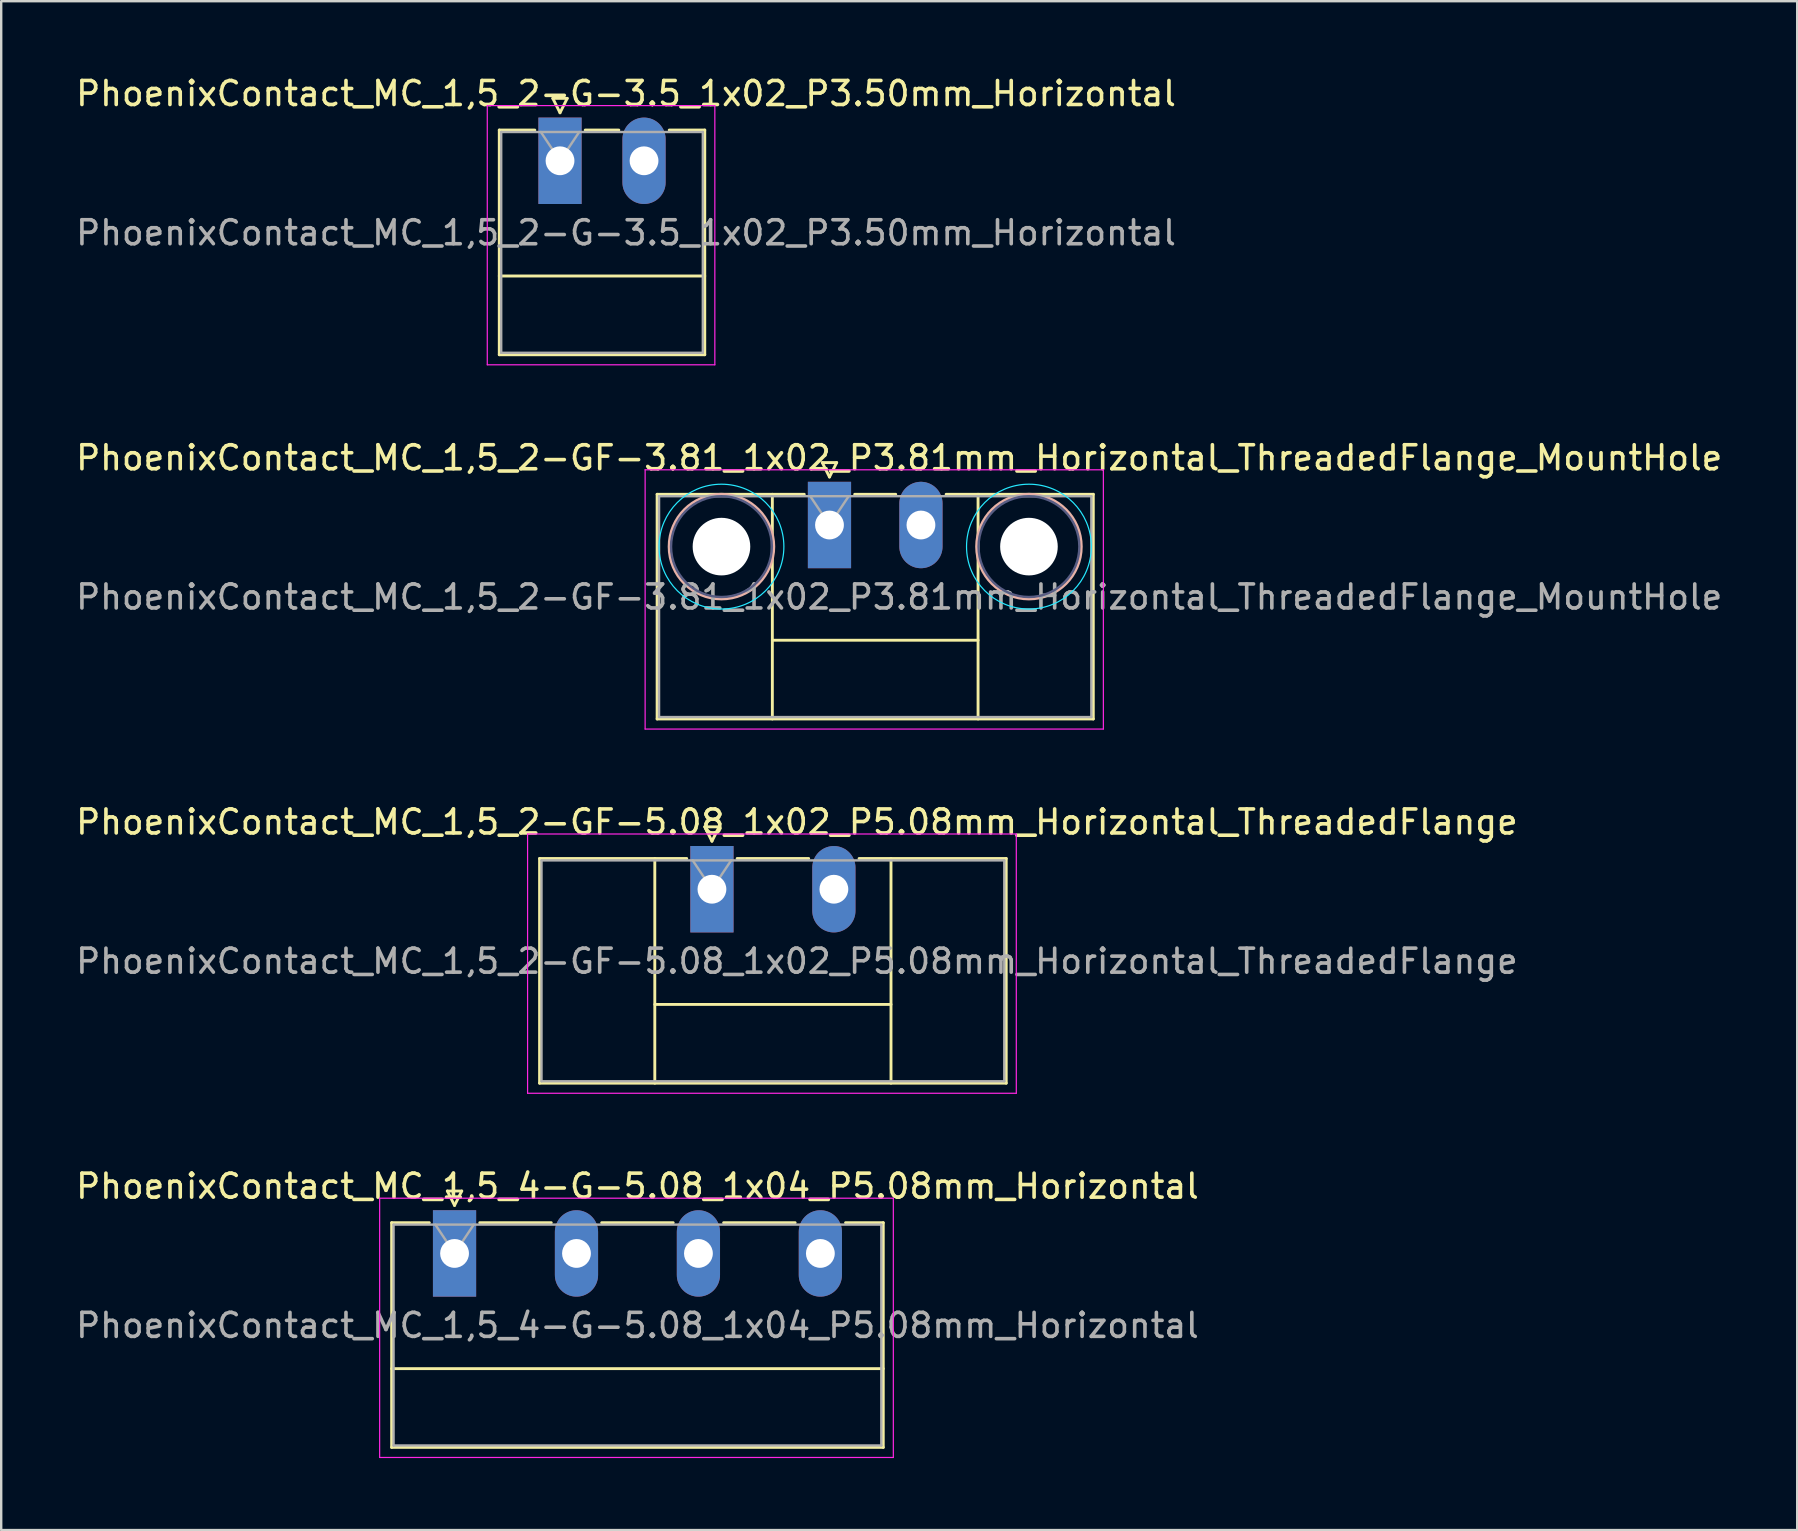
<source format=kicad_pcb>
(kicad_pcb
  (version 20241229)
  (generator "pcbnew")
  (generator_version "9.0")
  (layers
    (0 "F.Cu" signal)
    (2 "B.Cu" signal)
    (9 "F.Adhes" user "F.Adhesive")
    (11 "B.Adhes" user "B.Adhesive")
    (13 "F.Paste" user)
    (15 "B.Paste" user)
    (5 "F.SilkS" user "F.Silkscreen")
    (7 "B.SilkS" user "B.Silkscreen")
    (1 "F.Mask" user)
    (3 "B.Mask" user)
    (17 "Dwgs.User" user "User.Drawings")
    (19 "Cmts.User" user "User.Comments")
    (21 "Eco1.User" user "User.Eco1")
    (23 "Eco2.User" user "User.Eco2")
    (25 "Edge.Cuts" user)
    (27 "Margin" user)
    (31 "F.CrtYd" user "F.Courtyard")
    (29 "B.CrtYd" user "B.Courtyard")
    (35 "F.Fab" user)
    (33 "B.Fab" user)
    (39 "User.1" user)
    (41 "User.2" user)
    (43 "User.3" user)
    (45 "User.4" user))
  (footprint "PhoenixContact_MC_1,5_2-GF-3.81_1x02_P3.81mm_Horizontal_ThreadedFlange_MountHole"
    (layer "F.Cu")
    (at 31.506 18.822)
    (property "Reference" "PhoenixContact_MC_1,5_2-GF-3.81_1x02_P3.81mm_Horizontal_ThreadedFlange_MountHole" (at 2.905 -2.8 0) (layer "F.SilkS") (effects (font (size 1 1) (thickness 0.15))))
    (attr through_hole)
    (fp_line (start -7.18 -1.28) (end -7.18 8.08) (stroke (width 0.12) (type solid)) (layer "F.SilkS"))
    (fp_line (start -7.18 -1.28) (end -1.05 -1.28) (stroke (width 0.12) (type solid)) (layer "F.SilkS"))
    (fp_line (start -7.18 8.08) (end 10.99 8.08) (stroke (width 0.12) (type solid)) (layer "F.SilkS"))
    (fp_line (start -2.38 -1.28) (end -2.38 8.08) (stroke (width 0.12) (type solid)) (layer "F.SilkS"))
    (fp_line (start -2.38 4.8) (end 6.19 4.8) (stroke (width 0.12) (type solid)) (layer "F.SilkS"))
    (fp_line (start -0.3 -2.6) (end 0.3 -2.6) (stroke (width 0.12) (type solid)) (layer "F.SilkS"))
    (fp_line (start 0 -2) (end -0.3 -2.6) (stroke (width 0.12) (type solid)) (layer "F.SilkS"))
    (fp_line (start 0.3 -2.6) (end 0 -2) (stroke (width 0.12) (type solid)) (layer "F.SilkS"))
    (fp_line (start 1.05 -1.28) (end 2.76 -1.28) (stroke (width 0.12) (type solid)) (layer "F.SilkS"))
    (fp_line (start 6.19 -1.28) (end 6.19 8.08) (stroke (width 0.12) (type solid)) (layer "F.SilkS"))
    (fp_line (start 10.99 -1.28) (end 4.86 -1.28) (stroke (width 0.12) (type solid)) (layer "F.SilkS"))
    (fp_line (start 10.99 8.08) (end 10.99 -1.28) (stroke (width 0.12) (type solid)) (layer "F.SilkS"))
    (fp_circle (center -4.5 0.9) (end -2.32 0.9) (stroke (width 0.12) (type solid)) (fill no) (layer "B.SilkS"))
    (fp_circle (center 8.31 0.9) (end 10.49 0.9) (stroke (width 0.12) (type solid)) (fill no) (layer "B.SilkS"))
    (fp_circle (center -4.5 0.9) (end -1.9 0.9) (stroke (width 0.05) (type solid)) (fill no) (layer "B.CrtYd"))
    (fp_circle (center 8.31 0.9) (end 10.91 0.9) (stroke (width 0.05) (type solid)) (fill no) (layer "B.CrtYd"))
    (fp_line (start -7.68 -2.3) (end -7.68 8.5) (stroke (width 0.05) (type solid)) (layer "F.CrtYd"))
    (fp_line (start -7.68 8.5) (end 11.41 8.5) (stroke (width 0.05) (type solid)) (layer "F.CrtYd"))
    (fp_line (start 11.41 -2.3) (end -7.68 -2.3) (stroke (width 0.05) (type solid)) (layer "F.CrtYd"))
    (fp_line (start 11.41 8.5) (end 11.41 -2.3) (stroke (width 0.05) (type solid)) (layer "F.CrtYd"))
    (fp_circle (center -4.5 0.9) (end -2.4 0.9) (stroke (width 0.1) (type solid)) (fill no) (layer "B.Fab"))
    (fp_circle (center 8.31 0.9) (end 10.41 0.9) (stroke (width 0.1) (type solid)) (fill no) (layer "B.Fab"))
    (fp_line (start -7.1 -1.2) (end -7.1 8) (stroke (width 0.1) (type solid)) (layer "F.Fab"))
    (fp_line (start -7.1 8) (end 10.91 8) (stroke (width 0.1) (type solid)) (layer "F.Fab"))
    (fp_line (start 0 0) (end -0.8 -1.2) (stroke (width 0.1) (type solid)) (layer "F.Fab"))
    (fp_line (start 0.8 -1.2) (end 0 0) (stroke (width 0.1) (type solid)) (layer "F.Fab"))
    (fp_line (start 10.91 -1.2) (end -7.1 -1.2) (stroke (width 0.1) (type solid)) (layer "F.Fab"))
    (fp_line (start 10.91 8) (end 10.91 -1.2) (stroke (width 0.1) (type solid)) (layer "F.Fab"))
    (fp_text user "${REFERENCE}" (at 2.905 3 0) (layer "F.Fab") (effects (font (size 1 1) (thickness 0.15))))
    (pad "" np_thru_hole circle (at -4.5 0.9) (size 2.4 2.4) (drill 2.4) (layers "*.Cu" "*.Mask"))
    (pad "" np_thru_hole circle (at 8.31 0.9) (size 2.4 2.4) (drill 2.4) (layers "*.Cu" "*.Mask"))
    (pad "1" thru_hole rect (at 0 0) (size 1.8 3.6) (drill 1.2) (layers "*.Cu" "*.Mask"))
    (pad "2" thru_hole oval (at 3.81 0) (size 1.8 3.6) (drill 1.2) (layers "*.Cu" "*.Mask")))
  (footprint "PhoenixContact_MC_1,5_2-GF-5.08_1x02_P5.08mm_Horizontal_ThreadedFlange"
    (layer "F.Cu")
    (at 26.609 33.995)
    (property "Reference" "PhoenixContact_MC_1,5_2-GF-5.08_1x02_P5.08mm_Horizontal_ThreadedFlange" (at 3.54 -2.8 0) (layer "F.SilkS") (effects (font (size 1 1) (thickness 0.15))))
    (attr through_hole)
    (fp_line (start -7.18 -1.28) (end -7.18 8.08) (stroke (width 0.12) (type solid)) (layer "F.SilkS"))
    (fp_line (start -7.18 -1.28) (end -1.05 -1.28) (stroke (width 0.12) (type solid)) (layer "F.SilkS"))
    (fp_line (start -7.18 8.08) (end 12.26 8.08) (stroke (width 0.12) (type solid)) (layer "F.SilkS"))
    (fp_line (start -2.38 -1.28) (end -2.38 8.08) (stroke (width 0.12) (type solid)) (layer "F.SilkS"))
    (fp_line (start -2.38 4.8) (end 7.46 4.8) (stroke (width 0.12) (type solid)) (layer "F.SilkS"))
    (fp_line (start -0.3 -2.6) (end 0.3 -2.6) (stroke (width 0.12) (type solid)) (layer "F.SilkS"))
    (fp_line (start 0 -2) (end -0.3 -2.6) (stroke (width 0.12) (type solid)) (layer "F.SilkS"))
    (fp_line (start 0.3 -2.6) (end 0 -2) (stroke (width 0.12) (type solid)) (layer "F.SilkS"))
    (fp_line (start 1.05 -1.28) (end 4.03 -1.28) (stroke (width 0.12) (type solid)) (layer "F.SilkS"))
    (fp_line (start 7.46 -1.28) (end 7.46 8.08) (stroke (width 0.12) (type solid)) (layer "F.SilkS"))
    (fp_line (start 12.26 -1.28) (end 6.13 -1.28) (stroke (width 0.12) (type solid)) (layer "F.SilkS"))
    (fp_line (start 12.26 8.08) (end 12.26 -1.28) (stroke (width 0.12) (type solid)) (layer "F.SilkS"))
    (fp_line (start -7.68 -2.3) (end -7.68 8.5) (stroke (width 0.05) (type solid)) (layer "F.CrtYd"))
    (fp_line (start -7.68 8.5) (end 12.68 8.5) (stroke (width 0.05) (type solid)) (layer "F.CrtYd"))
    (fp_line (start 12.68 -2.3) (end -7.68 -2.3) (stroke (width 0.05) (type solid)) (layer "F.CrtYd"))
    (fp_line (start 12.68 8.5) (end 12.68 -2.3) (stroke (width 0.05) (type solid)) (layer "F.CrtYd"))
    (fp_line (start -7.1 -1.2) (end -7.1 8) (stroke (width 0.1) (type solid)) (layer "F.Fab"))
    (fp_line (start -7.1 8) (end 12.18 8) (stroke (width 0.1) (type solid)) (layer "F.Fab"))
    (fp_line (start 0 0) (end -0.8 -1.2) (stroke (width 0.1) (type solid)) (layer "F.Fab"))
    (fp_line (start 0.8 -1.2) (end 0 0) (stroke (width 0.1) (type solid)) (layer "F.Fab"))
    (fp_line (start 12.18 -1.2) (end -7.1 -1.2) (stroke (width 0.1) (type solid)) (layer "F.Fab"))
    (fp_line (start 12.18 8) (end 12.18 -1.2) (stroke (width 0.1) (type solid)) (layer "F.Fab"))
    (fp_text user "${REFERENCE}" (at 3.54 3 0) (layer "F.Fab") (effects (font (size 1 1) (thickness 0.15))))
    (pad "1" thru_hole rect (at 0 0) (size 1.8 3.6) (drill 1.2) (layers "*.Cu" "*.Mask"))
    (pad "2" thru_hole oval (at 5.08 0) (size 1.8 3.6) (drill 1.2) (layers "*.Cu" "*.Mask")))
  (footprint "PhoenixContact_MC_1,5_2-G-3.5_1x02_P3.50mm_Horizontal"
    (layer "F.Cu")
    (at 20.28 3.648)
    (property "Reference" "PhoenixContact_MC_1,5_2-G-3.5_1x02_P3.50mm_Horizontal" (at 2.75 -2.8 0) (layer "F.SilkS") (effects (font (size 1 1) (thickness 0.15))))
    (attr through_hole)
    (fp_line (start -2.53 -1.28) (end -2.53 8.08) (stroke (width 0.12) (type solid)) (layer "F.SilkS"))
    (fp_line (start -2.53 -1.28) (end -1.05 -1.28) (stroke (width 0.12) (type solid)) (layer "F.SilkS"))
    (fp_line (start -2.53 4.8) (end 6.03 4.8) (stroke (width 0.12) (type solid)) (layer "F.SilkS"))
    (fp_line (start -2.53 8.08) (end 6.03 8.08) (stroke (width 0.12) (type solid)) (layer "F.SilkS"))
    (fp_line (start -0.3 -2.6) (end 0.3 -2.6) (stroke (width 0.12) (type solid)) (layer "F.SilkS"))
    (fp_line (start 0 -2) (end -0.3 -2.6) (stroke (width 0.12) (type solid)) (layer "F.SilkS"))
    (fp_line (start 0.3 -2.6) (end 0 -2) (stroke (width 0.12) (type solid)) (layer "F.SilkS"))
    (fp_line (start 1.05 -1.28) (end 2.45 -1.28) (stroke (width 0.12) (type solid)) (layer "F.SilkS"))
    (fp_line (start 6.03 -1.28) (end 4.55 -1.28) (stroke (width 0.12) (type solid)) (layer "F.SilkS"))
    (fp_line (start 6.03 8.08) (end 6.03 -1.28) (stroke (width 0.12) (type solid)) (layer "F.SilkS"))
    (fp_line (start -3.03 -2.3) (end -3.03 8.5) (stroke (width 0.05) (type solid)) (layer "F.CrtYd"))
    (fp_line (start -3.03 8.5) (end 6.45 8.5) (stroke (width 0.05) (type solid)) (layer "F.CrtYd"))
    (fp_line (start 6.45 -2.3) (end -3.03 -2.3) (stroke (width 0.05) (type solid)) (layer "F.CrtYd"))
    (fp_line (start 6.45 8.5) (end 6.45 -2.3) (stroke (width 0.05) (type solid)) (layer "F.CrtYd"))
    (fp_line (start -2.45 -1.2) (end -2.45 8) (stroke (width 0.1) (type solid)) (layer "F.Fab"))
    (fp_line (start -2.45 8) (end 5.95 8) (stroke (width 0.1) (type solid)) (layer "F.Fab"))
    (fp_line (start 0 0) (end -0.8 -1.2) (stroke (width 0.1) (type solid)) (layer "F.Fab"))
    (fp_line (start 0.8 -1.2) (end 0 0) (stroke (width 0.1) (type solid)) (layer "F.Fab"))
    (fp_line (start 5.95 -1.2) (end -2.45 -1.2) (stroke (width 0.1) (type solid)) (layer "F.Fab"))
    (fp_line (start 5.95 8) (end 5.95 -1.2) (stroke (width 0.1) (type solid)) (layer "F.Fab"))
    (fp_text user "${REFERENCE}" (at 2.75 3 0) (layer "F.Fab") (effects (font (size 1 1) (thickness 0.15))))
    (pad "1" thru_hole rect (at 0 0) (size 1.8 3.6) (drill 1.2) (layers "*.Cu" "*.Mask"))
    (pad "2" thru_hole oval (at 3.5 0) (size 1.8 3.6) (drill 1.2) (layers "*.Cu" "*.Mask")))
  (footprint "PhoenixContact_MC_1,5_4-G-5.08_1x04_P5.08mm_Horizontal"
    (layer "F.Cu")
    (at 15.886 49.168)
    (property "Reference" "PhoenixContact_MC_1,5_4-G-5.08_1x04_P5.08mm_Horizontal" (at 7.62 -2.8 0) (layer "F.SilkS") (effects (font (size 1 1) (thickness 0.15))))
    (attr through_hole)
    (fp_line (start -2.62 -1.28) (end -2.62 8.08) (stroke (width 0.12) (type solid)) (layer "F.SilkS"))
    (fp_line (start -2.62 -1.28) (end -1.05 -1.28) (stroke (width 0.12) (type solid)) (layer "F.SilkS"))
    (fp_line (start -2.62 4.8) (end 17.86 4.8) (stroke (width 0.12) (type solid)) (layer "F.SilkS"))
    (fp_line (start -2.62 8.08) (end 17.86 8.08) (stroke (width 0.12) (type solid)) (layer "F.SilkS"))
    (fp_line (start -0.3 -2.6) (end 0.3 -2.6) (stroke (width 0.12) (type solid)) (layer "F.SilkS"))
    (fp_line (start 0 -2) (end -0.3 -2.6) (stroke (width 0.12) (type solid)) (layer "F.SilkS"))
    (fp_line (start 0.3 -2.6) (end 0 -2) (stroke (width 0.12) (type solid)) (layer "F.SilkS"))
    (fp_line (start 1.05 -1.28) (end 4.03 -1.28) (stroke (width 0.12) (type solid)) (layer "F.SilkS"))
    (fp_line (start 6.13 -1.28) (end 9.11 -1.28) (stroke (width 0.12) (type solid)) (layer "F.SilkS"))
    (fp_line (start 11.21 -1.28) (end 14.19 -1.28) (stroke (width 0.12) (type solid)) (layer "F.SilkS"))
    (fp_line (start 17.86 -1.28) (end 16.29 -1.28) (stroke (width 0.12) (type solid)) (layer "F.SilkS"))
    (fp_line (start 17.86 8.08) (end 17.86 -1.28) (stroke (width 0.12) (type solid)) (layer "F.SilkS"))
    (fp_line (start -3.12 -2.3) (end -3.12 8.5) (stroke (width 0.05) (type solid)) (layer "F.CrtYd"))
    (fp_line (start -3.12 8.5) (end 18.28 8.5) (stroke (width 0.05) (type solid)) (layer "F.CrtYd"))
    (fp_line (start 18.28 -2.3) (end -3.12 -2.3) (stroke (width 0.05) (type solid)) (layer "F.CrtYd"))
    (fp_line (start 18.28 8.5) (end 18.28 -2.3) (stroke (width 0.05) (type solid)) (layer "F.CrtYd"))
    (fp_line (start -2.54 -1.2) (end -2.54 8) (stroke (width 0.1) (type solid)) (layer "F.Fab"))
    (fp_line (start -2.54 8) (end 17.78 8) (stroke (width 0.1) (type solid)) (layer "F.Fab"))
    (fp_line (start 0 0) (end -0.8 -1.2) (stroke (width 0.1) (type solid)) (layer "F.Fab"))
    (fp_line (start 0.8 -1.2) (end 0 0) (stroke (width 0.1) (type solid)) (layer "F.Fab"))
    (fp_line (start 17.78 -1.2) (end -2.54 -1.2) (stroke (width 0.1) (type solid)) (layer "F.Fab"))
    (fp_line (start 17.78 8) (end 17.78 -1.2) (stroke (width 0.1) (type solid)) (layer "F.Fab"))
    (fp_text user "${REFERENCE}" (at 7.62 3 0) (layer "F.Fab") (effects (font (size 1 1) (thickness 0.15))))
    (pad "1" thru_hole rect (at 0 0) (size 1.8 3.6) (drill 1.2) (layers "*.Cu" "*.Mask"))
    (pad "2" thru_hole oval (at 5.08 0) (size 1.8 3.6) (drill 1.2) (layers "*.Cu" "*.Mask"))
    (pad "3" thru_hole oval (at 10.16 0) (size 1.8 3.6) (drill 1.2) (layers "*.Cu" "*.Mask"))
    (pad "4" thru_hole oval (at 15.24 0) (size 1.8 3.6) (drill 1.2) (layers "*.Cu" "*.Mask")))
  (gr_rect
    (start -3 -3)
    (end 71.821 60.693)
    (stroke (width 0.1) (type default))
    (fill no)
    (layer "Edge.Cuts")))
</source>
